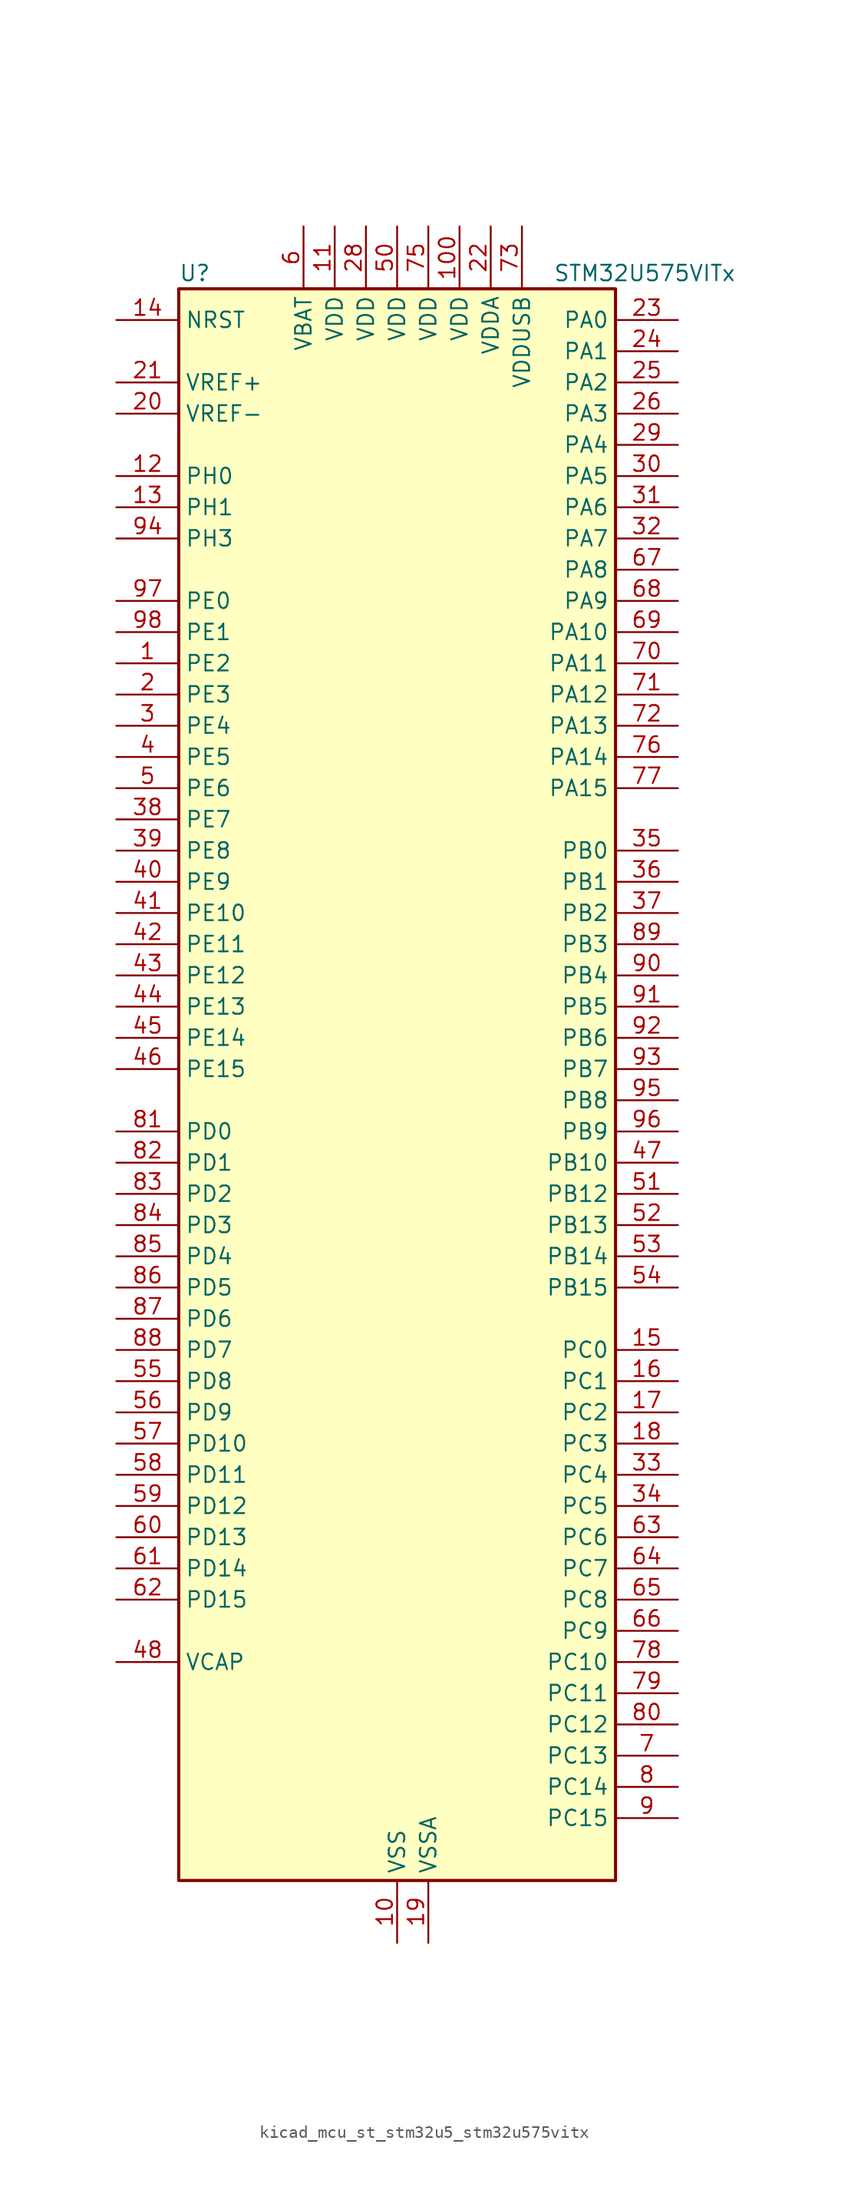
<source format=kicad_sym>
(kicad_symbol_lib
  (version 20220914)
  (generator kicad_symbol_editor)
  (symbol "kicad_mcu_st_stm32u5_stm32u575vitx"
    (property "Reference" "U"
      (at -17.78 67.31 0)
      (effects (font (size 1.27 1.27)) (justify left)))
    (property "Value" "STM32U575VITx"
      (at 12.7 67.31 0)
      (effects (font (size 1.27 1.27)) (justify left)))
    (property "ki_locked" ""
      (at 0 0 0)
      (effects (font (size 1.27 1.27))))
    (symbol "kicad_mcu_st_stm32u5_stm32u575vitx_0_1"
      (rectangle (start -17.78 -63.5) (end 17.78 66.04) (stroke (width 0.254) (type default)) (fill (type background))))
    (symbol "kicad_mcu_st_stm32u5_stm32u575vitx_1_1"
      (pin bidirectional line (at -22.86 35.56 0) (length 5.08) (name "PE2" (effects (font (size 1.27 1.27)))) (number "1" (effects (font (size 1.27 1.27)))) (alternate "DEBUG_TRACECLK" bidirectional line) (alternate "FMC_A23" bidirectional line) (alternate "SAI1_CK1" bidirectional line) (alternate "SAI1_MCLK_A" bidirectional line) (alternate "TIM3_ETR" bidirectional line) (alternate "TSC_G7_IO1" bidirectional line))
      (pin power_in line (at 0 -68.58 90) (length 5.08) (name "VSS" (effects (font (size 1.27 1.27)))) (number "10" (effects (font (size 1.27 1.27)))))
      (pin power_in line (at 5.08 71.12 270) (length 5.08) (name "VDD" (effects (font (size 1.27 1.27)))) (number "100" (effects (font (size 1.27 1.27)))))
      (pin power_in line (at -5.08 71.12 270) (length 5.08) (name "VDD" (effects (font (size 1.27 1.27)))) (number "11" (effects (font (size 1.27 1.27)))))
      (pin bidirectional line (at -22.86 50.8 0) (length 5.08) (name "PH0" (effects (font (size 1.27 1.27)))) (number "12" (effects (font (size 1.27 1.27)))) (alternate "RCC_OSC_IN" bidirectional line))
      (pin bidirectional line (at -22.86 48.26 0) (length 5.08) (name "PH1" (effects (font (size 1.27 1.27)))) (number "13" (effects (font (size 1.27 1.27)))) (alternate "RCC_OSC_OUT" bidirectional line))
      (pin input line (at -22.86 63.5 0) (length 5.08) (name "NRST" (effects (font (size 1.27 1.27)))) (number "14" (effects (font (size 1.27 1.27)))))
      (pin bidirectional line (at 22.86 -20.32 180) (length 5.08) (name "PC0" (effects (font (size 1.27 1.27)))) (number "15" (effects (font (size 1.27 1.27)))) (alternate "ADC1_IN1" bidirectional line) (alternate "ADC4_IN1" bidirectional line) (alternate "I2C3_SCL" bidirectional line) (alternate "LPTIM1_IN1" bidirectional line) (alternate "LPTIM2_IN1" bidirectional line) (alternate "LPUART1_RX" bidirectional line) (alternate "MDF1_SDI4" bidirectional line) (alternate "OCTOSPIM_P1_IO7" bidirectional line) (alternate "SAI2_FS_A" bidirectional line) (alternate "SDMMC1_D5" bidirectional line) (alternate "SPI2_RDY" bidirectional line))
      (pin bidirectional line (at 22.86 -22.86 180) (length 5.08) (name "PC1" (effects (font (size 1.27 1.27)))) (number "16" (effects (font (size 1.27 1.27)))) (alternate "ADC1_IN2" bidirectional line) (alternate "ADC4_IN2" bidirectional line) (alternate "DEBUG_TRACED0" bidirectional line) (alternate "I2C3_SDA" bidirectional line) (alternate "LPTIM1_CH1" bidirectional line) (alternate "LPUART1_TX" bidirectional line) (alternate "MDF1_CKI4" bidirectional line) (alternate "OCTOSPIM_P1_IO4" bidirectional line) (alternate "SAI1_SD_A" bidirectional line) (alternate "SDMMC2_CK" bidirectional line) (alternate "SPI2_MOSI" bidirectional line))
      (pin bidirectional line (at 22.86 -25.4 180) (length 5.08) (name "PC2" (effects (font (size 1.27 1.27)))) (number "17" (effects (font (size 1.27 1.27)))) (alternate "ADC1_IN3" bidirectional line) (alternate "ADC4_IN3" bidirectional line) (alternate "LPTIM1_IN2" bidirectional line) (alternate "MDF1_CCK1" bidirectional line) (alternate "OCTOSPIM_P1_IO5" bidirectional line) (alternate "SPI2_MISO" bidirectional line))
      (pin bidirectional line (at 22.86 -27.94 180) (length 5.08) (name "PC3" (effects (font (size 1.27 1.27)))) (number "18" (effects (font (size 1.27 1.27)))) (alternate "ADC1_IN4" bidirectional line) (alternate "ADC4_IN4" bidirectional line) (alternate "LPTIM1_ETR" bidirectional line) (alternate "LPTIM2_ETR" bidirectional line) (alternate "LPTIM3_CH1" bidirectional line) (alternate "OCTOSPIM_P1_IO6" bidirectional line) (alternate "SAI1_D1" bidirectional line) (alternate "SAI1_SD_A" bidirectional line) (alternate "SPI2_MOSI" bidirectional line))
      (pin power_in line (at 2.54 -68.58 90) (length 5.08) (name "VSSA" (effects (font (size 1.27 1.27)))) (number "19" (effects (font (size 1.27 1.27)))))
      (pin bidirectional line (at -22.86 33.02 0) (length 5.08) (name "PE3" (effects (font (size 1.27 1.27)))) (number "2" (effects (font (size 1.27 1.27)))) (alternate "DEBUG_TRACED0" bidirectional line) (alternate "FMC_A19" bidirectional line) (alternate "OCTOSPIM_P1_DQS" bidirectional line) (alternate "SAI1_SD_B" bidirectional line) (alternate "TAMP_IN6" bidirectional line) (alternate "TAMP_OUT3" bidirectional line) (alternate "TIM3_CH1" bidirectional line) (alternate "TSC_G7_IO2" bidirectional line))
      (pin input line (at -22.86 55.88 0) (length 5.08) (name "VREF-" (effects (font (size 1.27 1.27)))) (number "20" (effects (font (size 1.27 1.27)))))
      (pin input line (at -22.86 58.42 0) (length 5.08) (name "VREF+" (effects (font (size 1.27 1.27)))) (number "21" (effects (font (size 1.27 1.27)))) (alternate "VREFBUF_OUT" bidirectional line))
      (pin power_in line (at 7.62 71.12 270) (length 5.08) (name "VDDA" (effects (font (size 1.27 1.27)))) (number "22" (effects (font (size 1.27 1.27)))))
      (pin bidirectional line (at 22.86 63.5 180) (length 5.08) (name "PA0" (effects (font (size 1.27 1.27)))) (number "23" (effects (font (size 1.27 1.27)))) (alternate "ADC1_IN5" bidirectional line) (alternate "AUDIOCLK" bidirectional line) (alternate "OCTOSPIM_P2_NCS" bidirectional line) (alternate "OPAMP1_VINP" bidirectional line) (alternate "PWR_WKUP1" bidirectional line) (alternate "SDMMC2_CMD" bidirectional line) (alternate "SPI3_RDY" bidirectional line) (alternate "TAMP_IN2" bidirectional line) (alternate "TAMP_OUT1" bidirectional line) (alternate "TIM2_CH1" bidirectional line) (alternate "TIM2_ETR" bidirectional line) (alternate "TIM5_CH1" bidirectional line) (alternate "TIM8_ETR" bidirectional line) (alternate "UART4_TX" bidirectional line) (alternate "USART2_CTS" bidirectional line))
      (pin bidirectional line (at 22.86 60.96 180) (length 5.08) (name "PA1" (effects (font (size 1.27 1.27)))) (number "24" (effects (font (size 1.27 1.27)))) (alternate "ADC1_IN6" bidirectional line) (alternate "I2C1_SMBA" bidirectional line) (alternate "LPTIM1_CH2" bidirectional line) (alternate "OCTOSPIM_P1_DQS" bidirectional line) (alternate "OPAMP1_VINM" bidirectional line) (alternate "PWR_WKUP3" bidirectional line) (alternate "SPI1_SCK" bidirectional line) (alternate "TAMP_IN5" bidirectional line) (alternate "TAMP_OUT4" bidirectional line) (alternate "TIM15_CH1N" bidirectional line) (alternate "TIM2_CH2" bidirectional line) (alternate "TIM5_CH2" bidirectional line) (alternate "UART4_RX" bidirectional line) (alternate "USART2_DE" bidirectional line) (alternate "USART2_RTS" bidirectional line))
      (pin bidirectional line (at 22.86 58.42 180) (length 5.08) (name "PA2" (effects (font (size 1.27 1.27)))) (number "25" (effects (font (size 1.27 1.27)))) (alternate "ADC1_IN7" bidirectional line) (alternate "COMP1_INP" bidirectional line) (alternate "LPUART1_TX" bidirectional line) (alternate "OCTOSPIM_P1_NCS" bidirectional line) (alternate "PWR_WKUP4" bidirectional line) (alternate "RCC_LSCO" bidirectional line) (alternate "SPI1_RDY" bidirectional line) (alternate "TIM15_CH1" bidirectional line) (alternate "TIM2_CH3" bidirectional line) (alternate "TIM5_CH3" bidirectional line) (alternate "UCPD1_FRSTX1" bidirectional line) (alternate "USART2_TX" bidirectional line))
      (pin bidirectional line (at 22.86 55.88 180) (length 5.08) (name "PA3" (effects (font (size 1.27 1.27)))) (number "26" (effects (font (size 1.27 1.27)))) (alternate "ADC1_IN8" bidirectional line) (alternate "LPUART1_RX" bidirectional line) (alternate "OCTOSPIM_P1_CLK" bidirectional line) (alternate "OPAMP1_VOUT" bidirectional line) (alternate "PWR_WKUP5" bidirectional line) (alternate "SAI1_CK1" bidirectional line) (alternate "SAI1_MCLK_A" bidirectional line) (alternate "TIM15_CH2" bidirectional line) (alternate "TIM2_CH4" bidirectional line) (alternate "TIM5_CH4" bidirectional line) (alternate "USART2_RX" bidirectional line))
      (pin passive line (at 0 -68.58 90) (length 5.08) hide (name "VSS" (effects (font (size 1.27 1.27)))) (number "27" (effects (font (size 1.27 1.27)))))
      (pin power_in line (at -2.54 71.12 270) (length 5.08) (name "VDD" (effects (font (size 1.27 1.27)))) (number "28" (effects (font (size 1.27 1.27)))))
      (pin bidirectional line (at 22.86 53.34 180) (length 5.08) (name "PA4" (effects (font (size 1.27 1.27)))) (number "29" (effects (font (size 1.27 1.27)))) (alternate "ADC1_IN9" bidirectional line) (alternate "ADC4_IN9" bidirectional line) (alternate "DAC1_OUT1" bidirectional line) (alternate "DCMI_HSYNC" bidirectional line) (alternate "LPTIM2_CH1" bidirectional line) (alternate "OCTOSPIM_P1_NCS" bidirectional line) (alternate "PSSI_DE" bidirectional line) (alternate "PWR_WKUP2" bidirectional line) (alternate "SAI1_FS_B" bidirectional line) (alternate "SPI1_NSS" bidirectional line) (alternate "SPI3_NSS" bidirectional line) (alternate "USART2_CK" bidirectional line))
      (pin bidirectional line (at -22.86 30.48 0) (length 5.08) (name "PE4" (effects (font (size 1.27 1.27)))) (number "3" (effects (font (size 1.27 1.27)))) (alternate "DCMI_D4" bidirectional line) (alternate "DEBUG_TRACED1" bidirectional line) (alternate "FMC_A20" bidirectional line) (alternate "MDF1_SDI3" bidirectional line) (alternate "PSSI_D4" bidirectional line) (alternate "PWR_WKUP1" bidirectional line) (alternate "SAI1_D2" bidirectional line) (alternate "SAI1_FS_A" bidirectional line) (alternate "TAMP_IN7" bidirectional line) (alternate "TAMP_OUT8" bidirectional line) (alternate "TIM3_CH2" bidirectional line) (alternate "TSC_G7_IO3" bidirectional line))
      (pin bidirectional line (at 22.86 50.8 180) (length 5.08) (name "PA5" (effects (font (size 1.27 1.27)))) (number "30" (effects (font (size 1.27 1.27)))) (alternate "ADC1_IN10" bidirectional line) (alternate "ADC4_IN10" bidirectional line) (alternate "DAC1_OUT2" bidirectional line) (alternate "LPTIM2_ETR" bidirectional line) (alternate "PSSI_D14" bidirectional line) (alternate "PWR_CSLEEP" bidirectional line) (alternate "PWR_WKUP6" bidirectional line) (alternate "SPI1_SCK" bidirectional line) (alternate "TIM2_CH1" bidirectional line) (alternate "TIM2_ETR" bidirectional line) (alternate "TIM8_CH1N" bidirectional line) (alternate "USART3_RX" bidirectional line))
      (pin bidirectional line (at 22.86 48.26 180) (length 5.08) (name "PA6" (effects (font (size 1.27 1.27)))) (number "31" (effects (font (size 1.27 1.27)))) (alternate "ADC1_IN11" bidirectional line) (alternate "ADC4_IN11" bidirectional line) (alternate "DCMI_PIXCLK" bidirectional line) (alternate "LPUART1_CTS" bidirectional line) (alternate "OCTOSPIM_P1_IO3" bidirectional line) (alternate "OPAMP2_VINP" bidirectional line) (alternate "PSSI_PDCK" bidirectional line) (alternate "PWR_CDSTOP" bidirectional line) (alternate "PWR_WKUP7" bidirectional line) (alternate "SPI1_MISO" bidirectional line) (alternate "TIM16_CH1" bidirectional line) (alternate "TIM1_BKIN" bidirectional line) (alternate "TIM3_CH1" bidirectional line) (alternate "TIM8_BKIN" bidirectional line) (alternate "USART3_CTS" bidirectional line))
      (pin bidirectional line (at 22.86 45.72 180) (length 5.08) (name "PA7" (effects (font (size 1.27 1.27)))) (number "32" (effects (font (size 1.27 1.27)))) (alternate "ADC1_IN12" bidirectional line) (alternate "ADC4_IN20" bidirectional line) (alternate "I2C3_SCL" bidirectional line) (alternate "LPTIM2_CH2" bidirectional line) (alternate "OCTOSPIM_P1_IO2" bidirectional line) (alternate "OPAMP2_VINM" bidirectional line) (alternate "PWR_SRDSTOP" bidirectional line) (alternate "PWR_WKUP8" bidirectional line) (alternate "SPI1_MOSI" bidirectional line) (alternate "TIM17_CH1" bidirectional line) (alternate "TIM1_CH1N" bidirectional line) (alternate "TIM3_CH2" bidirectional line) (alternate "TIM8_CH1N" bidirectional line) (alternate "USART3_TX" bidirectional line))
      (pin bidirectional line (at 22.86 -30.48 180) (length 5.08) (name "PC4" (effects (font (size 1.27 1.27)))) (number "33" (effects (font (size 1.27 1.27)))) (alternate "ADC1_IN13" bidirectional line) (alternate "ADC4_IN22" bidirectional line) (alternate "COMP1_INM" bidirectional line) (alternate "OCTOSPIM_P1_IO7" bidirectional line) (alternate "USART3_TX" bidirectional line))
      (pin bidirectional line (at 22.86 -33.02 180) (length 5.08) (name "PC5" (effects (font (size 1.27 1.27)))) (number "34" (effects (font (size 1.27 1.27)))) (alternate "ADC1_IN14" bidirectional line) (alternate "ADC4_IN23" bidirectional line) (alternate "COMP1_INP" bidirectional line) (alternate "PSSI_D15" bidirectional line) (alternate "PWR_WKUP5" bidirectional line) (alternate "SAI1_D3" bidirectional line) (alternate "TAMP_IN4" bidirectional line) (alternate "TAMP_OUT5" bidirectional line) (alternate "TIM1_CH4N" bidirectional line) (alternate "USART3_RX" bidirectional line))
      (pin bidirectional line (at 22.86 20.32 180) (length 5.08) (name "PB0" (effects (font (size 1.27 1.27)))) (number "35" (effects (font (size 1.27 1.27)))) (alternate "ADC1_IN15" bidirectional line) (alternate "ADC4_IN18" bidirectional line) (alternate "AUDIOCLK" bidirectional line) (alternate "COMP1_OUT" bidirectional line) (alternate "LPTIM3_CH1" bidirectional line) (alternate "OCTOSPIM_P1_IO1" bidirectional line) (alternate "OPAMP2_VOUT" bidirectional line) (alternate "SPI1_NSS" bidirectional line) (alternate "TIM1_CH2N" bidirectional line) (alternate "TIM3_CH3" bidirectional line) (alternate "TIM8_CH2N" bidirectional line) (alternate "USART3_CK" bidirectional line))
      (pin bidirectional line (at 22.86 17.78 180) (length 5.08) (name "PB1" (effects (font (size 1.27 1.27)))) (number "36" (effects (font (size 1.27 1.27)))) (alternate "ADC1_IN16" bidirectional line) (alternate "ADC4_IN19" bidirectional line) (alternate "COMP1_INM" bidirectional line) (alternate "LPTIM2_IN1" bidirectional line) (alternate "LPTIM3_CH2" bidirectional line) (alternate "LPUART1_DE" bidirectional line) (alternate "LPUART1_RTS" bidirectional line) (alternate "MDF1_SDI0" bidirectional line) (alternate "OCTOSPIM_P1_IO0" bidirectional line) (alternate "PWR_WKUP4" bidirectional line) (alternate "TIM1_CH3N" bidirectional line) (alternate "TIM3_CH4" bidirectional line) (alternate "TIM8_CH3N" bidirectional line) (alternate "USART3_DE" bidirectional line) (alternate "USART3_RTS" bidirectional line))
      (pin bidirectional line (at 22.86 15.24 180) (length 5.08) (name "PB2" (effects (font (size 1.27 1.27)))) (number "37" (effects (font (size 1.27 1.27)))) (alternate "ADC1_IN17" bidirectional line) (alternate "COMP1_INP" bidirectional line) (alternate "I2C3_SMBA" bidirectional line) (alternate "LPTIM1_CH1" bidirectional line) (alternate "MDF1_CKI0" bidirectional line) (alternate "OCTOSPIM_P1_DQS" bidirectional line) (alternate "PWR_WKUP1" bidirectional line) (alternate "RTC_OUT2" bidirectional line) (alternate "SPI1_RDY" bidirectional line) (alternate "TIM8_CH4N" bidirectional line) (alternate "UCPD1_FRSTX1" bidirectional line))
      (pin bidirectional line (at -22.86 22.86 0) (length 5.08) (name "PE7" (effects (font (size 1.27 1.27)))) (number "38" (effects (font (size 1.27 1.27)))) (alternate "FMC_D4" bidirectional line) (alternate "FMC_DA4" bidirectional line) (alternate "MDF1_SDI2" bidirectional line) (alternate "PWR_WKUP6" bidirectional line) (alternate "SAI1_SD_B" bidirectional line) (alternate "TIM1_ETR" bidirectional line))
      (pin bidirectional line (at -22.86 20.32 0) (length 5.08) (name "PE8" (effects (font (size 1.27 1.27)))) (number "39" (effects (font (size 1.27 1.27)))) (alternate "FMC_D5" bidirectional line) (alternate "FMC_DA5" bidirectional line) (alternate "MDF1_CKI2" bidirectional line) (alternate "PWR_WKUP7" bidirectional line) (alternate "SAI1_SCK_B" bidirectional line) (alternate "TIM1_CH1N" bidirectional line))
      (pin bidirectional line (at -22.86 27.94 0) (length 5.08) (name "PE5" (effects (font (size 1.27 1.27)))) (number "4" (effects (font (size 1.27 1.27)))) (alternate "DCMI_D6" bidirectional line) (alternate "DEBUG_TRACED2" bidirectional line) (alternate "FMC_A21" bidirectional line) (alternate "MDF1_CKI3" bidirectional line) (alternate "PSSI_D6" bidirectional line) (alternate "PWR_WKUP2" bidirectional line) (alternate "SAI1_CK2" bidirectional line) (alternate "SAI1_SCK_A" bidirectional line) (alternate "TAMP_IN8" bidirectional line) (alternate "TAMP_OUT7" bidirectional line) (alternate "TIM3_CH3" bidirectional line) (alternate "TSC_G7_IO4" bidirectional line))
      (pin bidirectional line (at -22.86 17.78 0) (length 5.08) (name "PE9" (effects (font (size 1.27 1.27)))) (number "40" (effects (font (size 1.27 1.27)))) (alternate "ADF1_CCK0" bidirectional line) (alternate "DAC1_EXTI9" bidirectional line) (alternate "FMC_D6" bidirectional line) (alternate "FMC_DA6" bidirectional line) (alternate "MDF1_CCK0" bidirectional line) (alternate "OCTOSPIM_P1_NCLK" bidirectional line) (alternate "SAI1_FS_B" bidirectional line) (alternate "TIM1_CH1" bidirectional line))
      (pin bidirectional line (at -22.86 15.24 0) (length 5.08) (name "PE10" (effects (font (size 1.27 1.27)))) (number "41" (effects (font (size 1.27 1.27)))) (alternate "ADF1_SDI0" bidirectional line) (alternate "FMC_D7" bidirectional line) (alternate "FMC_DA7" bidirectional line) (alternate "MDF1_SDI4" bidirectional line) (alternate "OCTOSPIM_P1_CLK" bidirectional line) (alternate "SAI1_MCLK_B" bidirectional line) (alternate "TIM1_CH2N" bidirectional line) (alternate "TSC_G5_IO1" bidirectional line))
      (pin bidirectional line (at -22.86 12.7 0) (length 5.08) (name "PE11" (effects (font (size 1.27 1.27)))) (number "42" (effects (font (size 1.27 1.27)))) (alternate "ADC1_EXTI11" bidirectional line) (alternate "FMC_D8" bidirectional line) (alternate "FMC_DA8" bidirectional line) (alternate "MDF1_CKI4" bidirectional line) (alternate "OCTOSPIM_P1_NCS" bidirectional line) (alternate "SPI1_RDY" bidirectional line) (alternate "TIM1_CH2" bidirectional line) (alternate "TSC_G5_IO2" bidirectional line))
      (pin bidirectional line (at -22.86 10.16 0) (length 5.08) (name "PE12" (effects (font (size 1.27 1.27)))) (number "43" (effects (font (size 1.27 1.27)))) (alternate "FMC_D9" bidirectional line) (alternate "FMC_DA9" bidirectional line) (alternate "MDF1_SDI5" bidirectional line) (alternate "OCTOSPIM_P1_IO0" bidirectional line) (alternate "SPI1_NSS" bidirectional line) (alternate "TIM1_CH3N" bidirectional line) (alternate "TSC_G5_IO3" bidirectional line))
      (pin bidirectional line (at -22.86 7.62 0) (length 5.08) (name "PE13" (effects (font (size 1.27 1.27)))) (number "44" (effects (font (size 1.27 1.27)))) (alternate "FMC_D10" bidirectional line) (alternate "FMC_DA10" bidirectional line) (alternate "MDF1_CKI5" bidirectional line) (alternate "OCTOSPIM_P1_IO1" bidirectional line) (alternate "SPI1_SCK" bidirectional line) (alternate "TIM1_CH3" bidirectional line) (alternate "TSC_G5_IO4" bidirectional line))
      (pin bidirectional line (at -22.86 5.08 0) (length 5.08) (name "PE14" (effects (font (size 1.27 1.27)))) (number "45" (effects (font (size 1.27 1.27)))) (alternate "FMC_D11" bidirectional line) (alternate "FMC_DA11" bidirectional line) (alternate "OCTOSPIM_P1_IO2" bidirectional line) (alternate "SPI1_MISO" bidirectional line) (alternate "TIM1_BKIN2" bidirectional line) (alternate "TIM1_CH4" bidirectional line))
      (pin bidirectional line (at -22.86 2.54 0) (length 5.08) (name "PE15" (effects (font (size 1.27 1.27)))) (number "46" (effects (font (size 1.27 1.27)))) (alternate "ADC1_EXTI15" bidirectional line) (alternate "ADC4_EXTI15" bidirectional line) (alternate "FMC_D12" bidirectional line) (alternate "FMC_DA12" bidirectional line) (alternate "OCTOSPIM_P1_IO3" bidirectional line) (alternate "SPI1_MOSI" bidirectional line) (alternate "TIM1_BKIN" bidirectional line) (alternate "TIM1_CH4N" bidirectional line))
      (pin bidirectional line (at 22.86 -5.08 180) (length 5.08) (name "PB10" (effects (font (size 1.27 1.27)))) (number "47" (effects (font (size 1.27 1.27)))) (alternate "COMP1_OUT" bidirectional line) (alternate "I2C2_SCL" bidirectional line) (alternate "I2C4_SCL" bidirectional line) (alternate "LPTIM3_CH1" bidirectional line) (alternate "LPUART1_RX" bidirectional line) (alternate "OCTOSPIM_P1_CLK" bidirectional line) (alternate "PWR_WKUP8" bidirectional line) (alternate "SAI1_SCK_A" bidirectional line) (alternate "SPI2_SCK" bidirectional line) (alternate "TIM2_CH3" bidirectional line) (alternate "TSC_SYNC" bidirectional line) (alternate "USART3_TX" bidirectional line))
      (pin power_out line (at -22.86 -45.72 0) (length 5.08) (name "VCAP" (effects (font (size 1.27 1.27)))) (number "48" (effects (font (size 1.27 1.27)))))
      (pin passive line (at 0 -68.58 90) (length 5.08) hide (name "VSS" (effects (font (size 1.27 1.27)))) (number "49" (effects (font (size 1.27 1.27)))))
      (pin bidirectional line (at -22.86 25.4 0) (length 5.08) (name "PE6" (effects (font (size 1.27 1.27)))) (number "5" (effects (font (size 1.27 1.27)))) (alternate "DCMI_D7" bidirectional line) (alternate "DEBUG_TRACED3" bidirectional line) (alternate "FMC_A22" bidirectional line) (alternate "PSSI_D7" bidirectional line) (alternate "PWR_WKUP3" bidirectional line) (alternate "SAI1_D1" bidirectional line) (alternate "SAI1_SD_A" bidirectional line) (alternate "TAMP_IN3" bidirectional line) (alternate "TAMP_OUT6" bidirectional line) (alternate "TIM3_CH4" bidirectional line))
      (pin power_in line (at 0 71.12 270) (length 5.08) (name "VDD" (effects (font (size 1.27 1.27)))) (number "50" (effects (font (size 1.27 1.27)))))
      (pin bidirectional line (at 22.86 -7.62 180) (length 5.08) (name "PB12" (effects (font (size 1.27 1.27)))) (number "51" (effects (font (size 1.27 1.27)))) (alternate "I2C2_SMBA" bidirectional line) (alternate "LPUART1_DE" bidirectional line) (alternate "LPUART1_RTS" bidirectional line) (alternate "MDF1_SDI1" bidirectional line) (alternate "OCTOSPIM_P1_NCLK" bidirectional line) (alternate "SAI2_FS_A" bidirectional line) (alternate "SPI2_NSS" bidirectional line) (alternate "TIM15_BKIN" bidirectional line) (alternate "TIM1_BKIN" bidirectional line) (alternate "TSC_G1_IO1" bidirectional line) (alternate "USART3_CK" bidirectional line))
      (pin bidirectional line (at 22.86 -10.16 180) (length 5.08) (name "PB13" (effects (font (size 1.27 1.27)))) (number "52" (effects (font (size 1.27 1.27)))) (alternate "I2C2_SCL" bidirectional line) (alternate "LPTIM3_IN1" bidirectional line) (alternate "LPUART1_CTS" bidirectional line) (alternate "MDF1_CKI1" bidirectional line) (alternate "SAI2_SCK_A" bidirectional line) (alternate "SPI2_SCK" bidirectional line) (alternate "TIM15_CH1N" bidirectional line) (alternate "TIM1_CH1N" bidirectional line) (alternate "TSC_G1_IO2" bidirectional line) (alternate "USART3_CTS" bidirectional line))
      (pin bidirectional line (at 22.86 -12.7 180) (length 5.08) (name "PB14" (effects (font (size 1.27 1.27)))) (number "53" (effects (font (size 1.27 1.27)))) (alternate "I2C2_SDA" bidirectional line) (alternate "LPTIM3_ETR" bidirectional line) (alternate "MDF1_SDI2" bidirectional line) (alternate "SAI2_MCLK_A" bidirectional line) (alternate "SDMMC2_D0" bidirectional line) (alternate "SPI2_MISO" bidirectional line) (alternate "TIM15_CH1" bidirectional line) (alternate "TIM1_CH2N" bidirectional line) (alternate "TIM8_CH2N" bidirectional line) (alternate "TSC_G1_IO3" bidirectional line) (alternate "UCPD1_DBCC2" bidirectional line) (alternate "USART3_DE" bidirectional line) (alternate "USART3_RTS" bidirectional line))
      (pin bidirectional line (at 22.86 -15.24 180) (length 5.08) (name "PB15" (effects (font (size 1.27 1.27)))) (number "54" (effects (font (size 1.27 1.27)))) (alternate "ADC1_EXTI15" bidirectional line) (alternate "ADC4_EXTI15" bidirectional line) (alternate "FMC_NBL1" bidirectional line) (alternate "LPTIM2_IN2" bidirectional line) (alternate "MDF1_CKI2" bidirectional line) (alternate "PWR_WKUP7" bidirectional line) (alternate "RTC_REFIN" bidirectional line) (alternate "SAI2_SD_A" bidirectional line) (alternate "SDMMC2_D1" bidirectional line) (alternate "SPI2_MOSI" bidirectional line) (alternate "TIM15_CH2" bidirectional line) (alternate "TIM1_CH3N" bidirectional line) (alternate "TIM8_CH3N" bidirectional line) (alternate "UCPD1_CC2" bidirectional line))
      (pin bidirectional line (at -22.86 -22.86 0) (length 5.08) (name "PD8" (effects (font (size 1.27 1.27)))) (number "55" (effects (font (size 1.27 1.27)))) (alternate "DCMI_HSYNC" bidirectional line) (alternate "FMC_D13" bidirectional line) (alternate "FMC_DA13" bidirectional line) (alternate "PSSI_DE" bidirectional line) (alternate "USART3_TX" bidirectional line))
      (pin bidirectional line (at -22.86 -25.4 0) (length 5.08) (name "PD9" (effects (font (size 1.27 1.27)))) (number "56" (effects (font (size 1.27 1.27)))) (alternate "DAC1_EXTI9" bidirectional line) (alternate "DCMI_PIXCLK" bidirectional line) (alternate "FMC_D14" bidirectional line) (alternate "FMC_DA14" bidirectional line) (alternate "LPTIM2_IN2" bidirectional line) (alternate "LPTIM3_IN1" bidirectional line) (alternate "PSSI_PDCK" bidirectional line) (alternate "SAI2_MCLK_A" bidirectional line) (alternate "USART3_RX" bidirectional line))
      (pin bidirectional line (at -22.86 -27.94 0) (length 5.08) (name "PD10" (effects (font (size 1.27 1.27)))) (number "57" (effects (font (size 1.27 1.27)))) (alternate "FMC_D15" bidirectional line) (alternate "FMC_DA15" bidirectional line) (alternate "LPTIM2_CH2" bidirectional line) (alternate "LPTIM3_ETR" bidirectional line) (alternate "SAI2_SCK_A" bidirectional line) (alternate "TSC_G6_IO1" bidirectional line) (alternate "USART3_CK" bidirectional line))
      (pin bidirectional line (at -22.86 -30.48 0) (length 5.08) (name "PD11" (effects (font (size 1.27 1.27)))) (number "58" (effects (font (size 1.27 1.27)))) (alternate "ADC1_EXTI11" bidirectional line) (alternate "ADC4_IN15" bidirectional line) (alternate "FMC_A16" bidirectional line) (alternate "FMC_CLE" bidirectional line) (alternate "I2C4_SMBA" bidirectional line) (alternate "LPTIM2_ETR" bidirectional line) (alternate "SAI2_SD_A" bidirectional line) (alternate "TSC_G6_IO2" bidirectional line) (alternate "USART3_CTS" bidirectional line))
      (pin bidirectional line (at -22.86 -33.02 0) (length 5.08) (name "PD12" (effects (font (size 1.27 1.27)))) (number "59" (effects (font (size 1.27 1.27)))) (alternate "ADC4_IN16" bidirectional line) (alternate "FMC_A17" bidirectional line) (alternate "FMC_ALE" bidirectional line) (alternate "I2C4_SCL" bidirectional line) (alternate "LPTIM2_IN1" bidirectional line) (alternate "SAI2_FS_A" bidirectional line) (alternate "TIM4_CH1" bidirectional line) (alternate "TSC_G6_IO3" bidirectional line) (alternate "USART3_DE" bidirectional line) (alternate "USART3_RTS" bidirectional line))
      (pin power_in line (at -7.62 71.12 270) (length 5.08) (name "VBAT" (effects (font (size 1.27 1.27)))) (number "6" (effects (font (size 1.27 1.27)))))
      (pin bidirectional line (at -22.86 -35.56 0) (length 5.08) (name "PD13" (effects (font (size 1.27 1.27)))) (number "60" (effects (font (size 1.27 1.27)))) (alternate "ADC4_IN17" bidirectional line) (alternate "FMC_A18" bidirectional line) (alternate "I2C4_SDA" bidirectional line) (alternate "LPTIM2_CH1" bidirectional line) (alternate "LPTIM4_IN1" bidirectional line) (alternate "TIM4_CH2" bidirectional line) (alternate "TSC_G6_IO4" bidirectional line))
      (pin bidirectional line (at -22.86 -38.1 0) (length 5.08) (name "PD14" (effects (font (size 1.27 1.27)))) (number "61" (effects (font (size 1.27 1.27)))) (alternate "FMC_D0" bidirectional line) (alternate "FMC_DA0" bidirectional line) (alternate "LPTIM3_CH1" bidirectional line) (alternate "TIM4_CH3" bidirectional line))
      (pin bidirectional line (at -22.86 -40.64 0) (length 5.08) (name "PD15" (effects (font (size 1.27 1.27)))) (number "62" (effects (font (size 1.27 1.27)))) (alternate "ADC1_EXTI15" bidirectional line) (alternate "ADC4_EXTI15" bidirectional line) (alternate "FMC_D1" bidirectional line) (alternate "FMC_DA1" bidirectional line) (alternate "LPTIM3_CH2" bidirectional line) (alternate "TIM4_CH4" bidirectional line))
      (pin bidirectional line (at 22.86 -35.56 180) (length 5.08) (name "PC6" (effects (font (size 1.27 1.27)))) (number "63" (effects (font (size 1.27 1.27)))) (alternate "DCMI_D0" bidirectional line) (alternate "MDF1_CKI3" bidirectional line) (alternate "PSSI_D0" bidirectional line) (alternate "PWR_CSLEEP" bidirectional line) (alternate "SAI2_MCLK_A" bidirectional line) (alternate "SDMMC1_D0DIR" bidirectional line) (alternate "SDMMC1_D6" bidirectional line) (alternate "SDMMC2_D6" bidirectional line) (alternate "TIM3_CH1" bidirectional line) (alternate "TIM8_CH1" bidirectional line) (alternate "TSC_G4_IO1" bidirectional line))
      (pin bidirectional line (at 22.86 -38.1 180) (length 5.08) (name "PC7" (effects (font (size 1.27 1.27)))) (number "64" (effects (font (size 1.27 1.27)))) (alternate "DCMI_D1" bidirectional line) (alternate "LPTIM2_CH2" bidirectional line) (alternate "MDF1_SDI3" bidirectional line) (alternate "PSSI_D1" bidirectional line) (alternate "PWR_CDSTOP" bidirectional line) (alternate "SAI2_MCLK_B" bidirectional line) (alternate "SDMMC1_D123DIR" bidirectional line) (alternate "SDMMC1_D7" bidirectional line) (alternate "SDMMC2_D7" bidirectional line) (alternate "TIM3_CH2" bidirectional line) (alternate "TIM8_CH2" bidirectional line) (alternate "TSC_G4_IO2" bidirectional line))
      (pin bidirectional line (at 22.86 -40.64 180) (length 5.08) (name "PC8" (effects (font (size 1.27 1.27)))) (number "65" (effects (font (size 1.27 1.27)))) (alternate "DCMI_D2" bidirectional line) (alternate "LPTIM3_CH1" bidirectional line) (alternate "PSSI_D2" bidirectional line) (alternate "PWR_SRDSTOP" bidirectional line) (alternate "SDMMC1_D0" bidirectional line) (alternate "TIM3_CH3" bidirectional line) (alternate "TIM8_CH3" bidirectional line) (alternate "TSC_G4_IO3" bidirectional line))
      (pin bidirectional line (at 22.86 -43.18 180) (length 5.08) (name "PC9" (effects (font (size 1.27 1.27)))) (number "66" (effects (font (size 1.27 1.27)))) (alternate "DAC1_EXTI9" bidirectional line) (alternate "DCMI_D3" bidirectional line) (alternate "DEBUG_TRACED0" bidirectional line) (alternate "LPTIM3_CH2" bidirectional line) (alternate "PSSI_D3" bidirectional line) (alternate "SDMMC1_D1" bidirectional line) (alternate "TIM3_CH4" bidirectional line) (alternate "TIM8_BKIN2" bidirectional line) (alternate "TIM8_CH4" bidirectional line) (alternate "TSC_G4_IO4" bidirectional line) (alternate "USB_OTG_FS_NOE" bidirectional line))
      (pin bidirectional line (at 22.86 43.18 180) (length 5.08) (name "PA8" (effects (font (size 1.27 1.27)))) (number "67" (effects (font (size 1.27 1.27)))) (alternate "DEBUG_TRACECLK" bidirectional line) (alternate "LPTIM2_CH1" bidirectional line) (alternate "RCC_MCO" bidirectional line) (alternate "SAI1_CK2" bidirectional line) (alternate "SAI1_SCK_A" bidirectional line) (alternate "SPI1_RDY" bidirectional line) (alternate "TIM1_CH1" bidirectional line) (alternate "USART1_CK" bidirectional line) (alternate "USB_OTG_FS_SOF" bidirectional line))
      (pin bidirectional line (at 22.86 40.64 180) (length 5.08) (name "PA9" (effects (font (size 1.27 1.27)))) (number "68" (effects (font (size 1.27 1.27)))) (alternate "DAC1_EXTI9" bidirectional line) (alternate "DCMI_D0" bidirectional line) (alternate "PSSI_D0" bidirectional line) (alternate "SAI1_FS_A" bidirectional line) (alternate "SPI2_SCK" bidirectional line) (alternate "TIM15_BKIN" bidirectional line) (alternate "TIM1_CH2" bidirectional line) (alternate "USART1_TX" bidirectional line) (alternate "USB_OTG_FS_VBUS" bidirectional line))
      (pin bidirectional line (at 22.86 38.1 180) (length 5.08) (name "PA10" (effects (font (size 1.27 1.27)))) (number "69" (effects (font (size 1.27 1.27)))) (alternate "CRS_SYNC" bidirectional line) (alternate "DCMI_D1" bidirectional line) (alternate "LPTIM2_IN2" bidirectional line) (alternate "PSSI_D1" bidirectional line) (alternate "SAI1_D1" bidirectional line) (alternate "SAI1_SD_A" bidirectional line) (alternate "TIM17_BKIN" bidirectional line) (alternate "TIM1_CH3" bidirectional line) (alternate "USART1_RX" bidirectional line) (alternate "USB_OTG_FS_ID" bidirectional line))
      (pin bidirectional line (at 22.86 -53.34 180) (length 5.08) (name "PC13" (effects (font (size 1.27 1.27)))) (number "7" (effects (font (size 1.27 1.27)))) (alternate "PWR_WKUP2" bidirectional line) (alternate "RTC_OUT1" bidirectional line) (alternate "RTC_TS" bidirectional line) (alternate "TAMP_IN1" bidirectional line) (alternate "TAMP_OUT2" bidirectional line))
      (pin bidirectional line (at 22.86 35.56 180) (length 5.08) (name "PA11" (effects (font (size 1.27 1.27)))) (number "70" (effects (font (size 1.27 1.27)))) (alternate "ADC1_EXTI11" bidirectional line) (alternate "FDCAN1_RX" bidirectional line) (alternate "SPI1_MISO" bidirectional line) (alternate "TIM1_BKIN2" bidirectional line) (alternate "TIM1_CH4" bidirectional line) (alternate "USART1_CTS" bidirectional line) (alternate "USB_OTG_FS_DM" bidirectional line))
      (pin bidirectional line (at 22.86 33.02 180) (length 5.08) (name "PA12" (effects (font (size 1.27 1.27)))) (number "71" (effects (font (size 1.27 1.27)))) (alternate "FDCAN1_TX" bidirectional line) (alternate "OCTOSPIM_P2_NCS" bidirectional line) (alternate "SPI1_MOSI" bidirectional line) (alternate "TIM1_ETR" bidirectional line) (alternate "USART1_DE" bidirectional line) (alternate "USART1_RTS" bidirectional line) (alternate "USB_OTG_FS_DP" bidirectional line))
      (pin bidirectional line (at 22.86 30.48 180) (length 5.08) (name "PA13" (effects (font (size 1.27 1.27)))) (number "72" (effects (font (size 1.27 1.27)))) (alternate "DEBUG_JTMS-SWDIO" bidirectional line) (alternate "IR_OUT" bidirectional line) (alternate "SAI1_SD_B" bidirectional line) (alternate "USB_OTG_FS_NOE" bidirectional line))
      (pin power_in line (at 10.16 71.12 270) (length 5.08) (name "VDDUSB" (effects (font (size 1.27 1.27)))) (number "73" (effects (font (size 1.27 1.27)))))
      (pin passive line (at 0 -68.58 90) (length 5.08) hide (name "VSS" (effects (font (size 1.27 1.27)))) (number "74" (effects (font (size 1.27 1.27)))))
      (pin power_in line (at 2.54 71.12 270) (length 5.08) (name "VDD" (effects (font (size 1.27 1.27)))) (number "75" (effects (font (size 1.27 1.27)))))
      (pin bidirectional line (at 22.86 27.94 180) (length 5.08) (name "PA14" (effects (font (size 1.27 1.27)))) (number "76" (effects (font (size 1.27 1.27)))) (alternate "DEBUG_JTCK-SWCLK" bidirectional line) (alternate "I2C1_SMBA" bidirectional line) (alternate "I2C4_SMBA" bidirectional line) (alternate "LPTIM1_CH1" bidirectional line) (alternate "SAI1_FS_B" bidirectional line) (alternate "USB_OTG_FS_SOF" bidirectional line))
      (pin bidirectional line (at 22.86 25.4 180) (length 5.08) (name "PA15" (effects (font (size 1.27 1.27)))) (number "77" (effects (font (size 1.27 1.27)))) (alternate "ADC1_EXTI15" bidirectional line) (alternate "ADC4_EXTI15" bidirectional line) (alternate "DEBUG_JTDI" bidirectional line) (alternate "SAI2_FS_B" bidirectional line) (alternate "SPI1_NSS" bidirectional line) (alternate "SPI3_NSS" bidirectional line) (alternate "TIM2_CH1" bidirectional line) (alternate "TIM2_ETR" bidirectional line) (alternate "UART4_DE" bidirectional line) (alternate "UART4_RTS" bidirectional line) (alternate "UCPD1_CC1" bidirectional line) (alternate "USART2_RX" bidirectional line) (alternate "USART3_DE" bidirectional line) (alternate "USART3_RTS" bidirectional line))
      (pin bidirectional line (at 22.86 -45.72 180) (length 5.08) (name "PC10" (effects (font (size 1.27 1.27)))) (number "78" (effects (font (size 1.27 1.27)))) (alternate "ADF1_CCK1" bidirectional line) (alternate "DCMI_D8" bidirectional line) (alternate "DEBUG_TRACED1" bidirectional line) (alternate "LPTIM3_ETR" bidirectional line) (alternate "PSSI_D8" bidirectional line) (alternate "SAI2_SCK_B" bidirectional line) (alternate "SDMMC1_D2" bidirectional line) (alternate "SPI3_SCK" bidirectional line) (alternate "TSC_G3_IO2" bidirectional line) (alternate "UART4_TX" bidirectional line) (alternate "USART3_TX" bidirectional line))
      (pin bidirectional line (at 22.86 -48.26 180) (length 5.08) (name "PC11" (effects (font (size 1.27 1.27)))) (number "79" (effects (font (size 1.27 1.27)))) (alternate "ADC1_EXTI11" bidirectional line) (alternate "ADF1_SDI0" bidirectional line) (alternate "DCMI_D2" bidirectional line) (alternate "DCMI_D4" bidirectional line) (alternate "LPTIM3_IN1" bidirectional line) (alternate "OCTOSPIM_P1_NCS" bidirectional line) (alternate "PSSI_D2" bidirectional line) (alternate "PSSI_D4" bidirectional line) (alternate "SAI2_MCLK_B" bidirectional line) (alternate "SDMMC1_D3" bidirectional line) (alternate "SPI3_MISO" bidirectional line) (alternate "TSC_G3_IO3" bidirectional line) (alternate "UART4_RX" bidirectional line) (alternate "UCPD1_FRSTX2" bidirectional line) (alternate "USART3_RX" bidirectional line))
      (pin bidirectional line (at 22.86 -55.88 180) (length 5.08) (name "PC14" (effects (font (size 1.27 1.27)))) (number "8" (effects (font (size 1.27 1.27)))) (alternate "RCC_OSC32_IN" bidirectional line))
      (pin bidirectional line (at 22.86 -50.8 180) (length 5.08) (name "PC12" (effects (font (size 1.27 1.27)))) (number "80" (effects (font (size 1.27 1.27)))) (alternate "DCMI_D9" bidirectional line) (alternate "DEBUG_TRACED3" bidirectional line) (alternate "PSSI_D9" bidirectional line) (alternate "SAI2_SD_B" bidirectional line) (alternate "SDMMC1_CK" bidirectional line) (alternate "SPI3_MOSI" bidirectional line) (alternate "TSC_G3_IO4" bidirectional line) (alternate "UART5_TX" bidirectional line) (alternate "USART3_CK" bidirectional line))
      (pin bidirectional line (at -22.86 -2.54 0) (length 5.08) (name "PD0" (effects (font (size 1.27 1.27)))) (number "81" (effects (font (size 1.27 1.27)))) (alternate "FDCAN1_RX" bidirectional line) (alternate "FMC_D2" bidirectional line) (alternate "FMC_DA2" bidirectional line) (alternate "SPI2_NSS" bidirectional line) (alternate "TIM8_CH4N" bidirectional line))
      (pin bidirectional line (at -22.86 -5.08 0) (length 5.08) (name "PD1" (effects (font (size 1.27 1.27)))) (number "82" (effects (font (size 1.27 1.27)))) (alternate "FDCAN1_TX" bidirectional line) (alternate "FMC_D3" bidirectional line) (alternate "FMC_DA3" bidirectional line) (alternate "SPI2_SCK" bidirectional line))
      (pin bidirectional line (at -22.86 -7.62 0) (length 5.08) (name "PD2" (effects (font (size 1.27 1.27)))) (number "83" (effects (font (size 1.27 1.27)))) (alternate "DCMI_D11" bidirectional line) (alternate "DEBUG_TRACED2" bidirectional line) (alternate "LPTIM4_ETR" bidirectional line) (alternate "PSSI_D11" bidirectional line) (alternate "SDMMC1_CMD" bidirectional line) (alternate "TIM3_ETR" bidirectional line) (alternate "TSC_SYNC" bidirectional line) (alternate "UART5_RX" bidirectional line) (alternate "USART3_DE" bidirectional line) (alternate "USART3_RTS" bidirectional line))
      (pin bidirectional line (at -22.86 -10.16 0) (length 5.08) (name "PD3" (effects (font (size 1.27 1.27)))) (number "84" (effects (font (size 1.27 1.27)))) (alternate "DCMI_D5" bidirectional line) (alternate "FMC_CLK" bidirectional line) (alternate "MDF1_SDI0" bidirectional line) (alternate "OCTOSPIM_P2_NCS" bidirectional line) (alternate "PSSI_D5" bidirectional line) (alternate "SPI2_MISO" bidirectional line) (alternate "SPI2_SCK" bidirectional line) (alternate "USART2_CTS" bidirectional line))
      (pin bidirectional line (at -22.86 -12.7 0) (length 5.08) (name "PD4" (effects (font (size 1.27 1.27)))) (number "85" (effects (font (size 1.27 1.27)))) (alternate "FMC_NOE" bidirectional line) (alternate "MDF1_CKI0" bidirectional line) (alternate "OCTOSPIM_P1_IO4" bidirectional line) (alternate "SPI2_MOSI" bidirectional line) (alternate "USART2_DE" bidirectional line) (alternate "USART2_RTS" bidirectional line))
      (pin bidirectional line (at -22.86 -15.24 0) (length 5.08) (name "PD5" (effects (font (size 1.27 1.27)))) (number "86" (effects (font (size 1.27 1.27)))) (alternate "FMC_NWE" bidirectional line) (alternate "OCTOSPIM_P1_IO5" bidirectional line) (alternate "SPI2_RDY" bidirectional line) (alternate "USART2_TX" bidirectional line))
      (pin bidirectional line (at -22.86 -17.78 0) (length 5.08) (name "PD6" (effects (font (size 1.27 1.27)))) (number "87" (effects (font (size 1.27 1.27)))) (alternate "DCMI_D10" bidirectional line) (alternate "FMC_NWAIT" bidirectional line) (alternate "MDF1_SDI1" bidirectional line) (alternate "OCTOSPIM_P1_IO6" bidirectional line) (alternate "PSSI_D10" bidirectional line) (alternate "SAI1_D1" bidirectional line) (alternate "SAI1_SD_A" bidirectional line) (alternate "SDMMC2_CK" bidirectional line) (alternate "SPI3_MOSI" bidirectional line) (alternate "USART2_RX" bidirectional line))
      (pin bidirectional line (at -22.86 -20.32 0) (length 5.08) (name "PD7" (effects (font (size 1.27 1.27)))) (number "88" (effects (font (size 1.27 1.27)))) (alternate "FMC_NCE" bidirectional line) (alternate "FMC_NE1" bidirectional line) (alternate "LPTIM4_OUT" bidirectional line) (alternate "MDF1_CKI1" bidirectional line) (alternate "OCTOSPIM_P1_IO7" bidirectional line) (alternate "SDMMC2_CMD" bidirectional line) (alternate "USART2_CK" bidirectional line))
      (pin bidirectional line (at 22.86 12.7 180) (length 5.08) (name "PB3" (effects (font (size 1.27 1.27)))) (number "89" (effects (font (size 1.27 1.27)))) (alternate "ADF1_CCK0" bidirectional line) (alternate "COMP2_INM" bidirectional line) (alternate "CRS_SYNC" bidirectional line) (alternate "DEBUG_JTDO-SWO" bidirectional line) (alternate "I2C1_SDA" bidirectional line) (alternate "LPTIM1_CH1" bidirectional line) (alternate "SAI1_SCK_B" bidirectional line) (alternate "SDMMC2_D2" bidirectional line) (alternate "SPI1_SCK" bidirectional line) (alternate "SPI3_SCK" bidirectional line) (alternate "TIM2_CH2" bidirectional line) (alternate "USART1_DE" bidirectional line) (alternate "USART1_RTS" bidirectional line))
      (pin bidirectional line (at 22.86 -58.42 180) (length 5.08) (name "PC15" (effects (font (size 1.27 1.27)))) (number "9" (effects (font (size 1.27 1.27)))) (alternate "ADC1_EXTI15" bidirectional line) (alternate "ADC4_EXTI15" bidirectional line) (alternate "RCC_OSC32_OUT" bidirectional line))
      (pin bidirectional line (at 22.86 10.16 180) (length 5.08) (name "PB4" (effects (font (size 1.27 1.27)))) (number "90" (effects (font (size 1.27 1.27)))) (alternate "ADF1_SDI0" bidirectional line) (alternate "COMP2_INP" bidirectional line) (alternate "DCMI_D12" bidirectional line) (alternate "DEBUG_JTRST" bidirectional line) (alternate "I2C3_SDA" bidirectional line) (alternate "LPTIM1_CH2" bidirectional line) (alternate "PSSI_D12" bidirectional line) (alternate "SAI1_MCLK_B" bidirectional line) (alternate "SDMMC2_D3" bidirectional line) (alternate "SPI1_MISO" bidirectional line) (alternate "SPI3_MISO" bidirectional line) (alternate "TIM17_BKIN" bidirectional line) (alternate "TIM3_CH1" bidirectional line) (alternate "TSC_G2_IO1" bidirectional line) (alternate "UART5_DE" bidirectional line) (alternate "UART5_RTS" bidirectional line) (alternate "USART1_CTS" bidirectional line))
      (pin bidirectional line (at 22.86 7.62 180) (length 5.08) (name "PB5" (effects (font (size 1.27 1.27)))) (number "91" (effects (font (size 1.27 1.27)))) (alternate "COMP2_OUT" bidirectional line) (alternate "DCMI_D10" bidirectional line) (alternate "I2C1_SMBA" bidirectional line) (alternate "LPTIM1_IN1" bidirectional line) (alternate "OCTOSPIM_P1_NCLK" bidirectional line) (alternate "PSSI_D10" bidirectional line) (alternate "PWR_WKUP6" bidirectional line) (alternate "SAI1_SD_B" bidirectional line) (alternate "SPI1_MOSI" bidirectional line) (alternate "SPI3_MOSI" bidirectional line) (alternate "TIM16_BKIN" bidirectional line) (alternate "TIM3_CH2" bidirectional line) (alternate "TSC_G2_IO2" bidirectional line) (alternate "UART5_CTS" bidirectional line) (alternate "UCPD1_DBCC1" bidirectional line) (alternate "USART1_CK" bidirectional line))
      (pin bidirectional line (at 22.86 5.08 180) (length 5.08) (name "PB6" (effects (font (size 1.27 1.27)))) (number "92" (effects (font (size 1.27 1.27)))) (alternate "COMP2_INP" bidirectional line) (alternate "DCMI_D5" bidirectional line) (alternate "I2C1_SCL" bidirectional line) (alternate "I2C4_SCL" bidirectional line) (alternate "LPTIM1_ETR" bidirectional line) (alternate "MDF1_SDI5" bidirectional line) (alternate "PSSI_D5" bidirectional line) (alternate "PWR_WKUP3" bidirectional line) (alternate "SAI1_FS_B" bidirectional line) (alternate "TIM16_CH1N" bidirectional line) (alternate "TIM4_CH1" bidirectional line) (alternate "TIM8_BKIN2" bidirectional line) (alternate "TSC_G2_IO3" bidirectional line) (alternate "USART1_TX" bidirectional line))
      (pin bidirectional line (at 22.86 2.54 180) (length 5.08) (name "PB7" (effects (font (size 1.27 1.27)))) (number "93" (effects (font (size 1.27 1.27)))) (alternate "COMP2_INM" bidirectional line) (alternate "DCMI_VSYNC" bidirectional line) (alternate "FMC_NL" bidirectional line) (alternate "I2C1_SDA" bidirectional line) (alternate "I2C4_SDA" bidirectional line) (alternate "LPTIM1_IN2" bidirectional line) (alternate "MDF1_CKI5" bidirectional line) (alternate "PSSI_RDY" bidirectional line) (alternate "PWR_PVD_IN" bidirectional line) (alternate "PWR_WKUP4" bidirectional line) (alternate "TIM17_CH1N" bidirectional line) (alternate "TIM4_CH2" bidirectional line) (alternate "TIM8_BKIN" bidirectional line) (alternate "TSC_G2_IO4" bidirectional line) (alternate "UART4_CTS" bidirectional line) (alternate "USART1_RX" bidirectional line))
      (pin bidirectional line (at -22.86 45.72 0) (length 5.08) (name "PH3" (effects (font (size 1.27 1.27)))) (number "94" (effects (font (size 1.27 1.27)))))
      (pin bidirectional line (at 22.86 0 180) (length 5.08) (name "PB8" (effects (font (size 1.27 1.27)))) (number "95" (effects (font (size 1.27 1.27)))) (alternate "DCMI_D6" bidirectional line) (alternate "FDCAN1_RX" bidirectional line) (alternate "I2C1_SCL" bidirectional line) (alternate "MDF1_CCK0" bidirectional line) (alternate "PSSI_D6" bidirectional line) (alternate "PWR_WKUP5" bidirectional line) (alternate "SAI1_CK1" bidirectional line) (alternate "SAI1_MCLK_A" bidirectional line) (alternate "SDMMC1_CKIN" bidirectional line) (alternate "SDMMC1_D4" bidirectional line) (alternate "SDMMC2_D4" bidirectional line) (alternate "SPI3_RDY" bidirectional line) (alternate "TIM16_CH1" bidirectional line) (alternate "TIM4_CH3" bidirectional line))
      (pin bidirectional line (at 22.86 -2.54 180) (length 5.08) (name "PB9" (effects (font (size 1.27 1.27)))) (number "96" (effects (font (size 1.27 1.27)))) (alternate "DAC1_EXTI9" bidirectional line) (alternate "DCMI_D7" bidirectional line) (alternate "FDCAN1_TX" bidirectional line) (alternate "I2C1_SDA" bidirectional line) (alternate "IR_OUT" bidirectional line) (alternate "PSSI_D7" bidirectional line) (alternate "SAI1_D2" bidirectional line) (alternate "SAI1_FS_A" bidirectional line) (alternate "SDMMC1_CDIR" bidirectional line) (alternate "SDMMC1_D5" bidirectional line) (alternate "SDMMC2_D5" bidirectional line) (alternate "SPI2_NSS" bidirectional line) (alternate "TIM17_CH1" bidirectional line) (alternate "TIM4_CH4" bidirectional line))
      (pin bidirectional line (at -22.86 40.64 0) (length 5.08) (name "PE0" (effects (font (size 1.27 1.27)))) (number "97" (effects (font (size 1.27 1.27)))) (alternate "DCMI_D2" bidirectional line) (alternate "FMC_NBL0" bidirectional line) (alternate "PSSI_D2" bidirectional line) (alternate "TIM16_CH1" bidirectional line) (alternate "TIM4_ETR" bidirectional line))
      (pin bidirectional line (at -22.86 38.1 0) (length 5.08) (name "PE1" (effects (font (size 1.27 1.27)))) (number "98" (effects (font (size 1.27 1.27)))) (alternate "DCMI_D3" bidirectional line) (alternate "FMC_NBL1" bidirectional line) (alternate "PSSI_D3" bidirectional line) (alternate "TIM17_CH1" bidirectional line))
      (pin passive line (at 0 -68.58 90) (length 5.08) hide (name "VSS" (effects (font (size 1.27 1.27)))) (number "99" (effects (font (size 1.27 1.27))))))))
</source>
